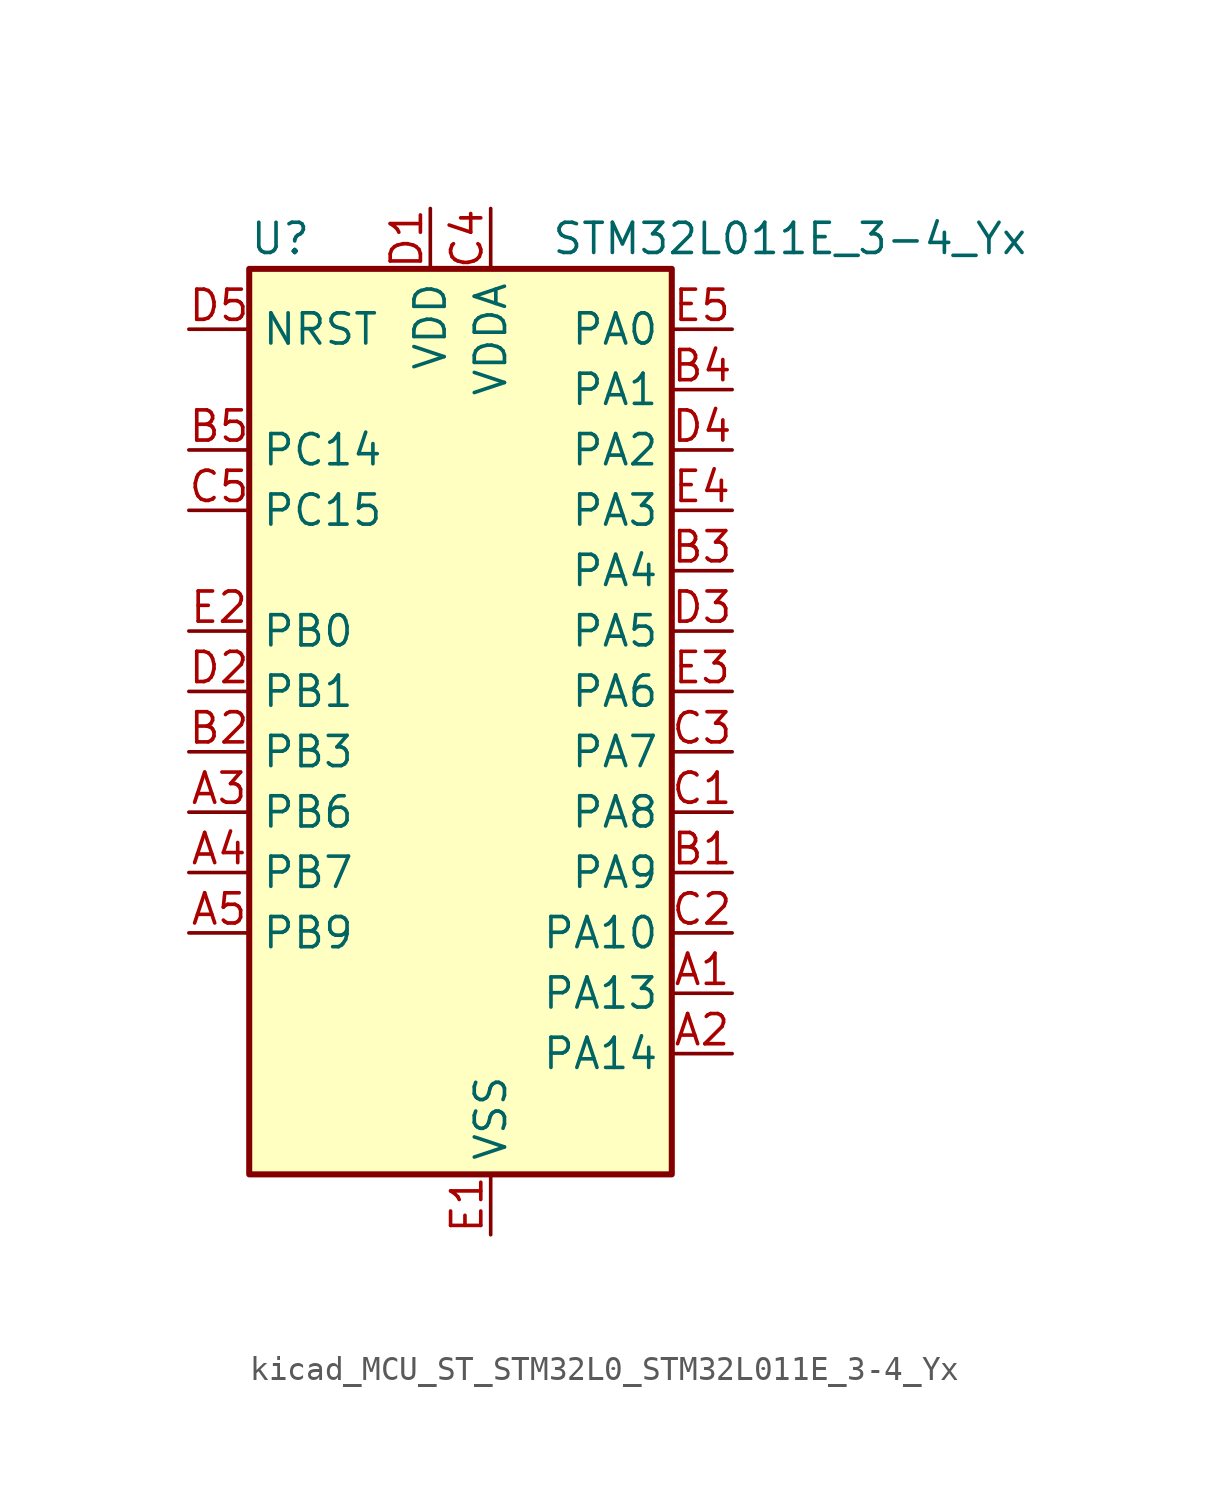
<source format=kicad_sym>
(kicad_symbol_lib
  (version 20220914)
  (generator kicad_symbol_editor)
  (symbol "kicad_MCU_ST_STM32L0_STM32L011E_3-4_Yx"
    (property "Reference" "U"
      (at -7.62 21.59 0)
      (effects (font (size 1.27 1.27)) (justify left)))
    (property "Value" "STM32L011E_3-4_Yx"
      (at 5.08 21.59 0)
      (effects (font (size 1.27 1.27)) (justify left)))
    (property "ki_locked" ""
      (at 0 0 0)
      (effects (font (size 1.27 1.27))))
    (symbol "kicad_MCU_ST_STM32L0_STM32L011E_3-4_Yx_0_1"
      (rectangle (start -7.62 -17.78) (end 10.16 20.32) (stroke (width 0.254) (type default)) (fill (type background))))
    (symbol "kicad_MCU_ST_STM32L0_STM32L011E_3-4_Yx_1_1"
      (pin bidirectional line (at 12.7 -10.16 180) (length 2.54) (name "PA13" (effects (font (size 1.27 1.27)))) (number "A1" (effects (font (size 1.27 1.27)))) (alternate "COMP1_OUT" bidirectional line) (alternate "I2C1_SDA" bidirectional line) (alternate "LPTIM1_ETR" bidirectional line) (alternate "LPUART1_RX" bidirectional line) (alternate "SPI1_SCK" bidirectional line) (alternate "SYS_SWDIO" bidirectional line))
      (pin bidirectional line (at 12.7 -12.7 180) (length 2.54) (name "PA14" (effects (font (size 1.27 1.27)))) (number "A2" (effects (font (size 1.27 1.27)))) (alternate "COMP2_OUT" bidirectional line) (alternate "I2C1_SMBA" bidirectional line) (alternate "LPTIM1_OUT" bidirectional line) (alternate "LPUART1_TX" bidirectional line) (alternate "SPI1_MISO" bidirectional line) (alternate "SYS_SWCLK" bidirectional line) (alternate "USART2_TX" bidirectional line))
      (pin bidirectional line (at -10.16 -2.54 0) (length 2.54) (name "PB6" (effects (font (size 1.27 1.27)))) (number "A3" (effects (font (size 1.27 1.27)))) (alternate "COMP2_INP" bidirectional line) (alternate "I2C1_SCL" bidirectional line) (alternate "LPTIM1_ETR" bidirectional line) (alternate "LPUART1_TX" bidirectional line) (alternate "TIM2_CH3" bidirectional line) (alternate "USART2_TX" bidirectional line))
      (pin bidirectional line (at -10.16 -5.08 0) (length 2.54) (name "PB7" (effects (font (size 1.27 1.27)))) (number "A4" (effects (font (size 1.27 1.27)))) (alternate "COMP2_INP" bidirectional line) (alternate "I2C1_SDA" bidirectional line) (alternate "LPTIM1_IN2" bidirectional line) (alternate "LPUART1_RX" bidirectional line) (alternate "SYS_PVD_IN" bidirectional line) (alternate "TIM2_CH4" bidirectional line) (alternate "USART2_RX" bidirectional line))
      (pin bidirectional line (at -10.16 -7.62 0) (length 2.54) (name "PB9" (effects (font (size 1.27 1.27)))) (number "A5" (effects (font (size 1.27 1.27)))))
      (pin bidirectional line (at 12.7 -5.08 180) (length 2.54) (name "PA9" (effects (font (size 1.27 1.27)))) (number "B1" (effects (font (size 1.27 1.27)))) (alternate "COMP1_OUT" bidirectional line) (alternate "I2C1_SCL" bidirectional line) (alternate "LPTIM1_OUT" bidirectional line) (alternate "RCC_MCO" bidirectional line) (alternate "TIM21_CH2" bidirectional line) (alternate "USART2_TX" bidirectional line))
      (pin bidirectional line (at -10.16 0 0) (length 2.54) (name "PB3" (effects (font (size 1.27 1.27)))) (number "B2" (effects (font (size 1.27 1.27)))) (alternate "COMP2_INM" bidirectional line) (alternate "SPI1_SCK" bidirectional line) (alternate "TIM2_CH2" bidirectional line))
      (pin bidirectional line (at 12.7 7.62 180) (length 2.54) (name "PA4" (effects (font (size 1.27 1.27)))) (number "B3" (effects (font (size 1.27 1.27)))) (alternate "ADC_IN4" bidirectional line) (alternate "COMP1_INM" bidirectional line) (alternate "COMP2_INM" bidirectional line) (alternate "COMP2_OUT" bidirectional line) (alternate "I2C1_SCL" bidirectional line) (alternate "LPTIM1_ETR" bidirectional line) (alternate "LPTIM1_IN1" bidirectional line) (alternate "LPUART1_TX" bidirectional line) (alternate "SPI1_NSS" bidirectional line) (alternate "TIM2_ETR" bidirectional line) (alternate "USART2_CK" bidirectional line))
      (pin bidirectional line (at 12.7 15.24 180) (length 2.54) (name "PA1" (effects (font (size 1.27 1.27)))) (number "B4" (effects (font (size 1.27 1.27)))) (alternate "ADC_IN1" bidirectional line) (alternate "COMP1_INP" bidirectional line) (alternate "I2C1_SMBA" bidirectional line) (alternate "LPTIM1_IN2" bidirectional line) (alternate "LPUART1_TX" bidirectional line) (alternate "TIM21_ETR" bidirectional line) (alternate "TIM2_CH2" bidirectional line) (alternate "USART2_DE" bidirectional line) (alternate "USART2_RTS" bidirectional line))
      (pin bidirectional line (at -10.16 12.7 0) (length 2.54) (name "PC14" (effects (font (size 1.27 1.27)))) (number "B5" (effects (font (size 1.27 1.27)))) (alternate "RCC_OSC32_IN" bidirectional line))
      (pin bidirectional line (at 12.7 -2.54 180) (length 2.54) (name "PA8" (effects (font (size 1.27 1.27)))) (number "C1" (effects (font (size 1.27 1.27)))) (alternate "LPTIM1_IN1" bidirectional line) (alternate "RCC_MCO" bidirectional line) (alternate "TIM2_CH1" bidirectional line) (alternate "USART2_CK" bidirectional line))
      (pin bidirectional line (at 12.7 -7.62 180) (length 2.54) (name "PA10" (effects (font (size 1.27 1.27)))) (number "C2" (effects (font (size 1.27 1.27)))) (alternate "COMP1_OUT" bidirectional line) (alternate "I2C1_SDA" bidirectional line) (alternate "RTC_REFIN" bidirectional line) (alternate "TIM21_CH1" bidirectional line) (alternate "TIM2_CH3" bidirectional line) (alternate "USART2_RX" bidirectional line))
      (pin bidirectional line (at 12.7 0 180) (length 2.54) (name "PA7" (effects (font (size 1.27 1.27)))) (number "C3" (effects (font (size 1.27 1.27)))) (alternate "ADC_IN7" bidirectional line) (alternate "COMP2_INP" bidirectional line) (alternate "COMP2_OUT" bidirectional line) (alternate "LPTIM1_OUT" bidirectional line) (alternate "SPI1_MOSI" bidirectional line) (alternate "TIM21_ETR" bidirectional line) (alternate "USART2_CTS" bidirectional line))
      (pin power_in line (at 2.54 22.86 270) (length 2.54) (name "VDDA" (effects (font (size 1.27 1.27)))) (number "C4" (effects (font (size 1.27 1.27)))))
      (pin bidirectional line (at -10.16 10.16 0) (length 2.54) (name "PC15" (effects (font (size 1.27 1.27)))) (number "C5" (effects (font (size 1.27 1.27)))) (alternate "RCC_OSC32_OUT" bidirectional line))
      (pin power_in line (at 0 22.86 270) (length 2.54) (name "VDD" (effects (font (size 1.27 1.27)))) (number "D1" (effects (font (size 1.27 1.27)))))
      (pin bidirectional line (at -10.16 2.54 0) (length 2.54) (name "PB1" (effects (font (size 1.27 1.27)))) (number "D2" (effects (font (size 1.27 1.27)))) (alternate "ADC_IN9" bidirectional line) (alternate "LPTIM1_IN1" bidirectional line) (alternate "LPUART1_DE" bidirectional line) (alternate "LPUART1_RTS" bidirectional line) (alternate "SPI1_MOSI" bidirectional line) (alternate "SYS_VREF_OUT_PB1" bidirectional line) (alternate "TIM2_CH4" bidirectional line) (alternate "USART2_CK" bidirectional line))
      (pin bidirectional line (at 12.7 5.08 180) (length 2.54) (name "PA5" (effects (font (size 1.27 1.27)))) (number "D3" (effects (font (size 1.27 1.27)))) (alternate "ADC_IN5" bidirectional line) (alternate "COMP1_INM" bidirectional line) (alternate "COMP2_INM" bidirectional line) (alternate "LPTIM1_IN2" bidirectional line) (alternate "SPI1_SCK" bidirectional line) (alternate "TIM2_CH1" bidirectional line) (alternate "TIM2_ETR" bidirectional line))
      (pin bidirectional line (at 12.7 12.7 180) (length 2.54) (name "PA2" (effects (font (size 1.27 1.27)))) (number "D4" (effects (font (size 1.27 1.27)))) (alternate "ADC_IN2" bidirectional line) (alternate "COMP2_INM" bidirectional line) (alternate "COMP2_OUT" bidirectional line) (alternate "LPUART1_TX" bidirectional line) (alternate "RTC_OUT_ALARM" bidirectional line) (alternate "RTC_OUT_CALIB" bidirectional line) (alternate "RTC_TAMP3" bidirectional line) (alternate "RTC_TS" bidirectional line) (alternate "SYS_WKUP3" bidirectional line) (alternate "TIM21_CH1" bidirectional line) (alternate "TIM2_CH3" bidirectional line) (alternate "USART2_TX" bidirectional line))
      (pin input line (at -10.16 17.78 0) (length 2.54) (name "NRST" (effects (font (size 1.27 1.27)))) (number "D5" (effects (font (size 1.27 1.27)))))
      (pin power_in line (at 2.54 -20.32 90) (length 2.54) (name "VSS" (effects (font (size 1.27 1.27)))) (number "E1" (effects (font (size 1.27 1.27)))))
      (pin bidirectional line (at -10.16 5.08 0) (length 2.54) (name "PB0" (effects (font (size 1.27 1.27)))) (number "E2" (effects (font (size 1.27 1.27)))) (alternate "ADC_IN8" bidirectional line) (alternate "SPI1_MISO" bidirectional line) (alternate "SYS_VREF_OUT_PB0" bidirectional line) (alternate "TIM2_CH2" bidirectional line) (alternate "TIM2_CH3" bidirectional line) (alternate "USART2_DE" bidirectional line) (alternate "USART2_RTS" bidirectional line))
      (pin bidirectional line (at 12.7 2.54 180) (length 2.54) (name "PA6" (effects (font (size 1.27 1.27)))) (number "E3" (effects (font (size 1.27 1.27)))) (alternate "ADC_IN6" bidirectional line) (alternate "COMP1_OUT" bidirectional line) (alternate "LPTIM1_ETR" bidirectional line) (alternate "LPUART1_CTS" bidirectional line) (alternate "SPI1_MISO" bidirectional line))
      (pin bidirectional line (at 12.7 10.16 180) (length 2.54) (name "PA3" (effects (font (size 1.27 1.27)))) (number "E4" (effects (font (size 1.27 1.27)))) (alternate "ADC_IN3" bidirectional line) (alternate "COMP2_INP" bidirectional line) (alternate "LPUART1_RX" bidirectional line) (alternate "TIM21_CH2" bidirectional line) (alternate "TIM2_CH4" bidirectional line) (alternate "USART2_RX" bidirectional line))
      (pin bidirectional line (at 12.7 17.78 180) (length 2.54) (name "PA0" (effects (font (size 1.27 1.27)))) (number "E5" (effects (font (size 1.27 1.27)))) (alternate "ADC_IN0" bidirectional line) (alternate "COMP1_INM" bidirectional line) (alternate "COMP1_OUT" bidirectional line) (alternate "LPTIM1_IN1" bidirectional line) (alternate "LPUART1_RX" bidirectional line) (alternate "RCC_CK_IN" bidirectional line) (alternate "RTC_TAMP2" bidirectional line) (alternate "SYS_WKUP1" bidirectional line) (alternate "TIM2_CH1" bidirectional line) (alternate "TIM2_ETR" bidirectional line) (alternate "USART2_CTS" bidirectional line) (alternate "USART2_RX" bidirectional line)))))
</source>
